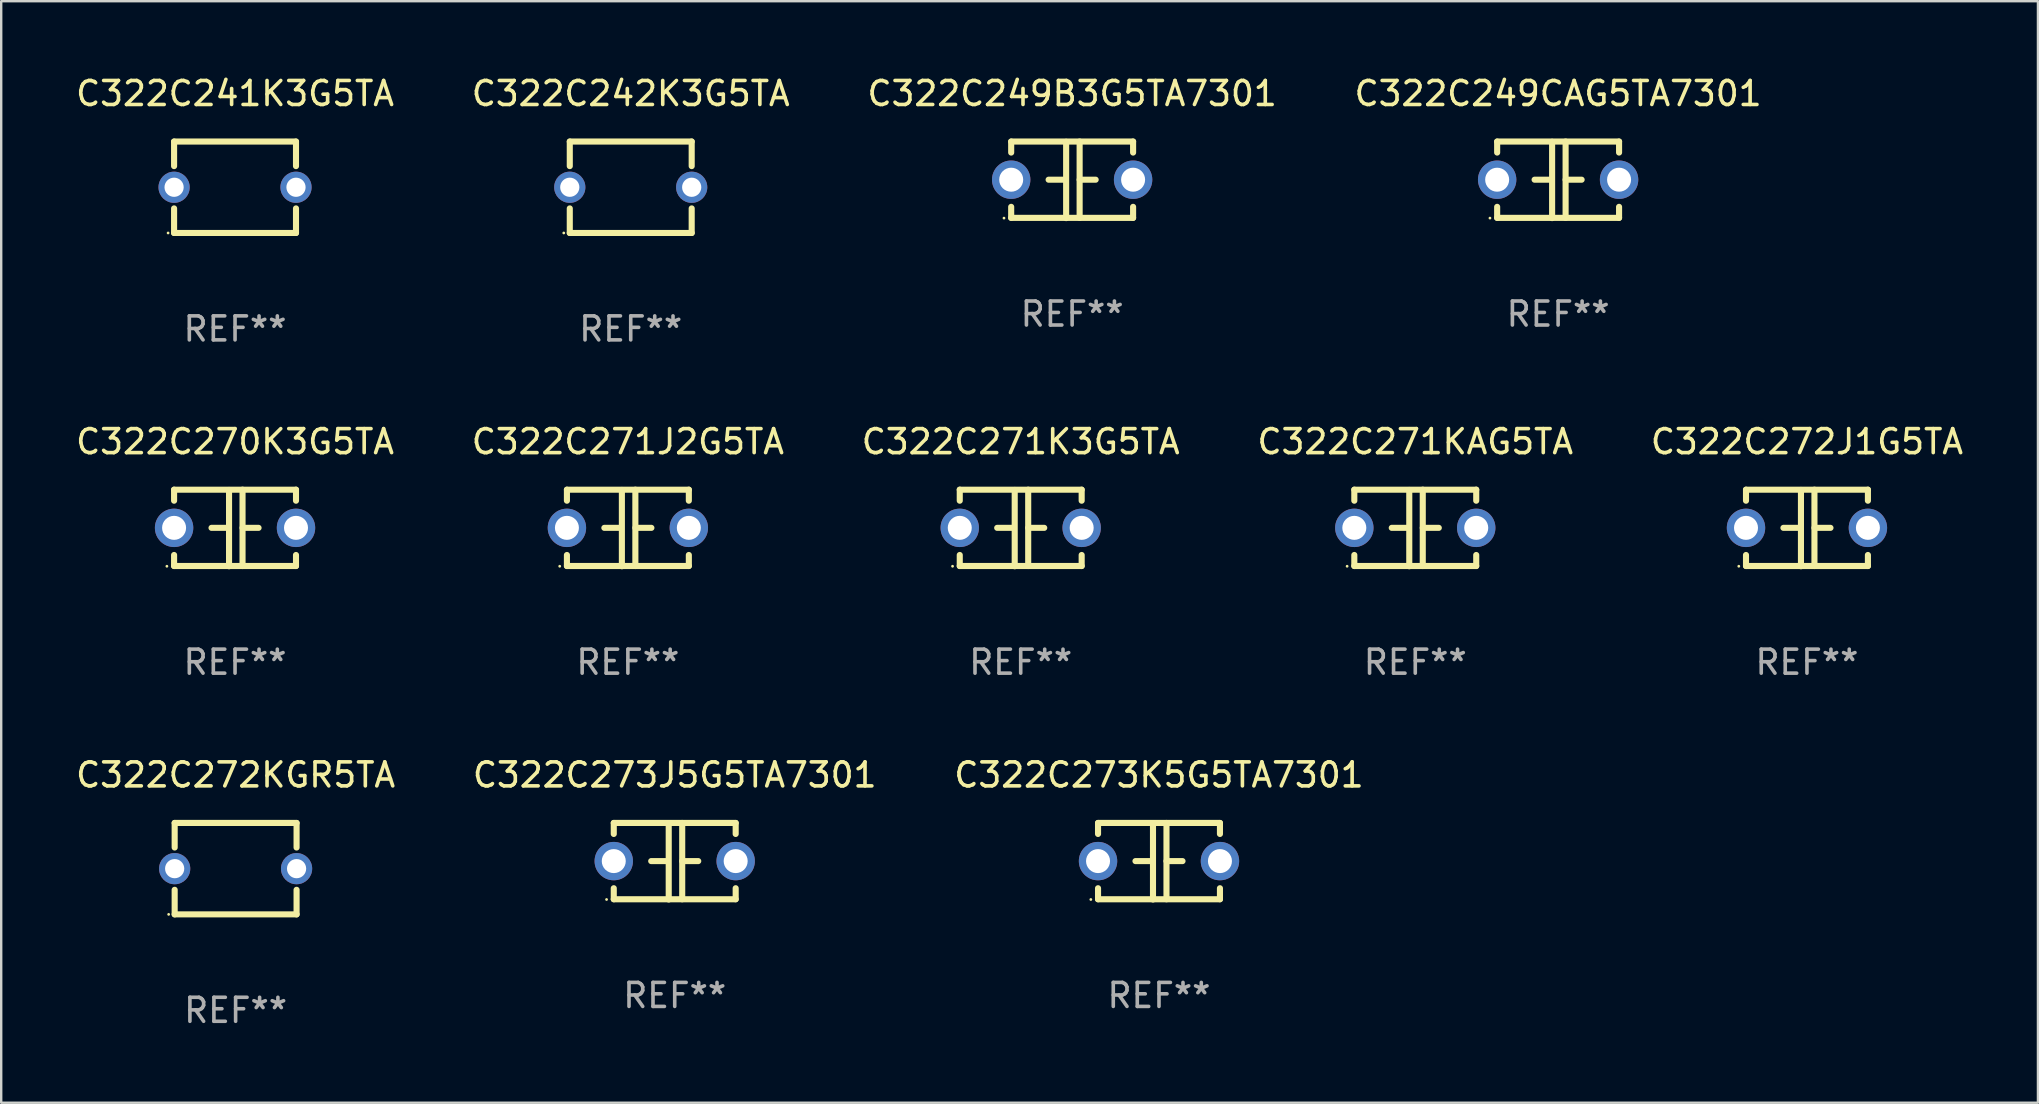
<source format=kicad_pcb>
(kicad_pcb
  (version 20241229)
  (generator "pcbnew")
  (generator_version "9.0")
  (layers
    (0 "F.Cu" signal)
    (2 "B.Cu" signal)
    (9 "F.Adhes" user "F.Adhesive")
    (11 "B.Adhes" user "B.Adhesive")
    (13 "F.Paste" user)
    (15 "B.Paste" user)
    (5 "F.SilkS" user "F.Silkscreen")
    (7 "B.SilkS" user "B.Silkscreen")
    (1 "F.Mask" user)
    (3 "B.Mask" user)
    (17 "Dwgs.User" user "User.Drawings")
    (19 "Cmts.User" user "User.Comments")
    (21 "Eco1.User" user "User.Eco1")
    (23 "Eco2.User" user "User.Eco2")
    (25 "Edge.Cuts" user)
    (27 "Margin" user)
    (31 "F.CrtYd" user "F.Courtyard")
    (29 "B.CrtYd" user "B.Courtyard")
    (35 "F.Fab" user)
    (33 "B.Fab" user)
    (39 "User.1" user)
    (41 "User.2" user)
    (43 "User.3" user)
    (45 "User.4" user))
  (footprint "C322C273K5G5TA7301"
    (layer "F.Cu")
    (at 45.244 32.836)
    (property "Reference" "C322C273K5G5TA7301" (at 0 -3.595 0) (layer "F.SilkS") (effects (font (size 1 1) (thickness 0.15))))
    (attr through_hole)
    (fp_line (start -2.54 -1.595) (end -2.54 -1.136) (stroke (width 0.254) (type solid)) (layer "F.SilkS"))
    (fp_line (start -2.54 -1.595) (end 2.54 -1.595) (stroke (width 0.254) (type solid)) (layer "F.SilkS"))
    (fp_line (start -2.54 1.126) (end -2.54 1.585) (stroke (width 0.254) (type solid)) (layer "F.SilkS"))
    (fp_line (start -0.312 -0.005) (end -0.98 -0.005) (stroke (width 0.254) (type solid)) (layer "F.SilkS"))
    (fp_line (start -0.25 -1.585) (end -0.25 1.595) (stroke (width 0.254) (type solid)) (layer "F.SilkS"))
    (fp_line (start 0.312 -1.595) (end 0.312 1.585) (stroke (width 0.254) (type solid)) (layer "F.SilkS"))
    (fp_line (start 0.312 -0.005) (end 0.98 -0.005) (stroke (width 0.254) (type solid)) (layer "F.SilkS"))
    (fp_line (start 2.54 -1.595) (end 2.54 -1.136) (stroke (width 0.254) (type solid)) (layer "F.SilkS"))
    (fp_line (start 2.54 1.126) (end 2.54 1.585) (stroke (width 0.254) (type solid)) (layer "F.SilkS"))
    (fp_line (start 2.54 1.585) (end -2.54 1.585) (stroke (width 0.254) (type solid)) (layer "F.SilkS"))
    (fp_circle (center -2.84 1.595) (end -2.81 1.595) (stroke (width 0.06) (type solid)) (fill no) (layer "F.SilkS"))
    (fp_text user "REF**" (at 0 5.595 0) (layer "F.Fab") (effects (font (size 1 1) (thickness 0.15))))
    (pad "1" thru_hole circle (at -2.54 -0.005) (size 1.6 1.6) (drill 1) (layers "*.Cu" "*.Mask"))
    (pad "2" thru_hole circle (at 2.54 -0.005) (size 1.6 1.6) (drill 1) (layers "*.Cu" "*.Mask")))
  (footprint "C322C271J2G5TA"
    (layer "F.Cu")
    (at 23.113 18.95)
    (property "Reference" "C322C271J2G5TA" (at 0 -3.595 0) (layer "F.SilkS") (effects (font (size 1 1) (thickness 0.15))))
    (attr through_hole)
    (fp_line (start -2.54 -1.595) (end -2.54 -1.136) (stroke (width 0.254) (type solid)) (layer "F.SilkS"))
    (fp_line (start -2.54 -1.595) (end 2.54 -1.595) (stroke (width 0.254) (type solid)) (layer "F.SilkS"))
    (fp_line (start -2.54 1.126) (end -2.54 1.585) (stroke (width 0.254) (type solid)) (layer "F.SilkS"))
    (fp_line (start -0.312 -0.005) (end -0.98 -0.005) (stroke (width 0.254) (type solid)) (layer "F.SilkS"))
    (fp_line (start -0.25 -1.585) (end -0.25 1.595) (stroke (width 0.254) (type solid)) (layer "F.SilkS"))
    (fp_line (start 0.312 -1.595) (end 0.312 1.585) (stroke (width 0.254) (type solid)) (layer "F.SilkS"))
    (fp_line (start 0.312 -0.005) (end 0.98 -0.005) (stroke (width 0.254) (type solid)) (layer "F.SilkS"))
    (fp_line (start 2.54 -1.595) (end 2.54 -1.136) (stroke (width 0.254) (type solid)) (layer "F.SilkS"))
    (fp_line (start 2.54 1.126) (end 2.54 1.585) (stroke (width 0.254) (type solid)) (layer "F.SilkS"))
    (fp_line (start 2.54 1.585) (end -2.54 1.585) (stroke (width 0.254) (type solid)) (layer "F.SilkS"))
    (fp_circle (center -2.84 1.595) (end -2.81 1.595) (stroke (width 0.06) (type solid)) (fill no) (layer "F.SilkS"))
    (fp_text user "REF**" (at 0 5.595 0) (layer "F.Fab") (effects (font (size 1 1) (thickness 0.15))))
    (pad "1" thru_hole circle (at -2.54 -0.005) (size 1.6 1.6) (drill 1) (layers "*.Cu" "*.Mask"))
    (pad "2" thru_hole circle (at 2.54 -0.005) (size 1.6 1.6) (drill 1) (layers "*.Cu" "*.Mask")))
  (footprint "C322C241K3G5TA"
    (layer "F.Cu")
    (at 6.744 4.753)
    (property "Reference" "C322C241K3G5TA" (at 0 -3.905 0) (layer "F.SilkS") (effects (font (size 1 1) (thickness 0.15))))
    (attr through_hole)
    (fp_line (start -2.54 -1.905) (end -2.54 -0.881) (stroke (width 0.254) (type solid)) (layer "F.SilkS"))
    (fp_line (start -2.54 0.881) (end -2.54 1.905) (stroke (width 0.254) (type solid)) (layer "F.SilkS"))
    (fp_line (start -2.54 1.905) (end 2.54 1.905) (stroke (width 0.254) (type solid)) (layer "F.SilkS"))
    (fp_line (start 2.54 -1.905) (end -2.54 -1.905) (stroke (width 0.254) (type solid)) (layer "F.SilkS"))
    (fp_line (start 2.54 -0.881) (end 2.54 -1.905) (stroke (width 0.254) (type solid)) (layer "F.SilkS"))
    (fp_line (start 2.54 1.905) (end 2.54 0.881) (stroke (width 0.254) (type solid)) (layer "F.SilkS"))
    (fp_circle (center -2.79 1.905) (end -2.76 1.905) (stroke (width 0.06) (type solid)) (fill no) (layer "F.SilkS"))
    (fp_text user "REF**" (at 0 5.905 0) (layer "F.Fab") (effects (font (size 1 1) (thickness 0.15))))
    (pad "1" thru_hole circle (at -2.54 0) (size 1.3 1.3) (drill 0.8) (layers "*.Cu" "*.Mask"))
    (pad "2" thru_hole circle (at 2.54 0) (size 1.3 1.3) (drill 0.8) (layers "*.Cu" "*.Mask")))
  (footprint "C322C249CAG5TA7301"
    (layer "F.Cu")
    (at 61.875 4.443)
    (property "Reference" "C322C249CAG5TA7301" (at 0 -3.595 0) (layer "F.SilkS") (effects (font (size 1 1) (thickness 0.15))))
    (attr through_hole)
    (fp_line (start -2.54 -1.595) (end -2.54 -1.136) (stroke (width 0.254) (type solid)) (layer "F.SilkS"))
    (fp_line (start -2.54 -1.595) (end 2.54 -1.595) (stroke (width 0.254) (type solid)) (layer "F.SilkS"))
    (fp_line (start -2.54 1.126) (end -2.54 1.585) (stroke (width 0.254) (type solid)) (layer "F.SilkS"))
    (fp_line (start -0.312 -0.005) (end -0.98 -0.005) (stroke (width 0.254) (type solid)) (layer "F.SilkS"))
    (fp_line (start -0.25 -1.585) (end -0.25 1.595) (stroke (width 0.254) (type solid)) (layer "F.SilkS"))
    (fp_line (start 0.312 -1.595) (end 0.312 1.585) (stroke (width 0.254) (type solid)) (layer "F.SilkS"))
    (fp_line (start 0.312 -0.005) (end 0.98 -0.005) (stroke (width 0.254) (type solid)) (layer "F.SilkS"))
    (fp_line (start 2.54 -1.595) (end 2.54 -1.136) (stroke (width 0.254) (type solid)) (layer "F.SilkS"))
    (fp_line (start 2.54 1.126) (end 2.54 1.585) (stroke (width 0.254) (type solid)) (layer "F.SilkS"))
    (fp_line (start 2.54 1.585) (end -2.54 1.585) (stroke (width 0.254) (type solid)) (layer "F.SilkS"))
    (fp_circle (center -2.84 1.595) (end -2.81 1.595) (stroke (width 0.06) (type solid)) (fill no) (layer "F.SilkS"))
    (fp_text user "REF**" (at 0 5.595 0) (layer "F.Fab") (effects (font (size 1 1) (thickness 0.15))))
    (pad "1" thru_hole circle (at -2.54 -0.005) (size 1.6 1.6) (drill 1) (layers "*.Cu" "*.Mask"))
    (pad "2" thru_hole circle (at 2.54 -0.005) (size 1.6 1.6) (drill 1) (layers "*.Cu" "*.Mask")))
  (footprint "C322C249B3G5TA7301"
    (layer "F.Cu")
    (at 41.625 4.443)
    (property "Reference" "C322C249B3G5TA7301" (at 0 -3.595 0) (layer "F.SilkS") (effects (font (size 1 1) (thickness 0.15))))
    (attr through_hole)
    (fp_line (start -2.54 -1.595) (end -2.54 -1.136) (stroke (width 0.254) (type solid)) (layer "F.SilkS"))
    (fp_line (start -2.54 -1.595) (end 2.54 -1.595) (stroke (width 0.254) (type solid)) (layer "F.SilkS"))
    (fp_line (start -2.54 1.126) (end -2.54 1.585) (stroke (width 0.254) (type solid)) (layer "F.SilkS"))
    (fp_line (start -0.312 -0.005) (end -0.98 -0.005) (stroke (width 0.254) (type solid)) (layer "F.SilkS"))
    (fp_line (start -0.25 -1.585) (end -0.25 1.595) (stroke (width 0.254) (type solid)) (layer "F.SilkS"))
    (fp_line (start 0.312 -1.595) (end 0.312 1.585) (stroke (width 0.254) (type solid)) (layer "F.SilkS"))
    (fp_line (start 0.312 -0.005) (end 0.98 -0.005) (stroke (width 0.254) (type solid)) (layer "F.SilkS"))
    (fp_line (start 2.54 -1.595) (end 2.54 -1.136) (stroke (width 0.254) (type solid)) (layer "F.SilkS"))
    (fp_line (start 2.54 1.126) (end 2.54 1.585) (stroke (width 0.254) (type solid)) (layer "F.SilkS"))
    (fp_line (start 2.54 1.585) (end -2.54 1.585) (stroke (width 0.254) (type solid)) (layer "F.SilkS"))
    (fp_circle (center -2.84 1.595) (end -2.81 1.595) (stroke (width 0.06) (type solid)) (fill no) (layer "F.SilkS"))
    (fp_text user "REF**" (at 0 5.595 0) (layer "F.Fab") (effects (font (size 1 1) (thickness 0.15))))
    (pad "1" thru_hole circle (at -2.54 -0.005) (size 1.6 1.6) (drill 1) (layers "*.Cu" "*.Mask"))
    (pad "2" thru_hole circle (at 2.54 -0.005) (size 1.6 1.6) (drill 1) (layers "*.Cu" "*.Mask")))
  (footprint "C322C242K3G5TA"
    (layer "F.Cu")
    (at 23.232 4.753)
    (property "Reference" "C322C242K3G5TA" (at 0 -3.905 0) (layer "F.SilkS") (effects (font (size 1 1) (thickness 0.15))))
    (attr through_hole)
    (fp_line (start -2.54 -1.905) (end -2.54 -0.881) (stroke (width 0.254) (type solid)) (layer "F.SilkS"))
    (fp_line (start -2.54 0.881) (end -2.54 1.905) (stroke (width 0.254) (type solid)) (layer "F.SilkS"))
    (fp_line (start -2.54 1.905) (end 2.54 1.905) (stroke (width 0.254) (type solid)) (layer "F.SilkS"))
    (fp_line (start 2.54 -1.905) (end -2.54 -1.905) (stroke (width 0.254) (type solid)) (layer "F.SilkS"))
    (fp_line (start 2.54 -0.881) (end 2.54 -1.905) (stroke (width 0.254) (type solid)) (layer "F.SilkS"))
    (fp_line (start 2.54 1.905) (end 2.54 0.881) (stroke (width 0.254) (type solid)) (layer "F.SilkS"))
    (fp_circle (center -2.79 1.905) (end -2.76 1.905) (stroke (width 0.06) (type solid)) (fill no) (layer "F.SilkS"))
    (fp_text user "REF**" (at 0 5.905 0) (layer "F.Fab") (effects (font (size 1 1) (thickness 0.15))))
    (pad "1" thru_hole circle (at -2.54 0) (size 1.3 1.3) (drill 0.8) (layers "*.Cu" "*.Mask"))
    (pad "2" thru_hole circle (at 2.54 0) (size 1.3 1.3) (drill 0.8) (layers "*.Cu" "*.Mask")))
  (footprint "C322C273J5G5TA7301"
    (layer "F.Cu")
    (at 25.065 32.836)
    (property "Reference" "C322C273J5G5TA7301" (at 0 -3.595 0) (layer "F.SilkS") (effects (font (size 1 1) (thickness 0.15))))
    (attr through_hole)
    (fp_line (start -2.54 -1.595) (end -2.54 -1.136) (stroke (width 0.254) (type solid)) (layer "F.SilkS"))
    (fp_line (start -2.54 -1.595) (end 2.54 -1.595) (stroke (width 0.254) (type solid)) (layer "F.SilkS"))
    (fp_line (start -2.54 1.126) (end -2.54 1.585) (stroke (width 0.254) (type solid)) (layer "F.SilkS"))
    (fp_line (start -0.312 -0.005) (end -0.98 -0.005) (stroke (width 0.254) (type solid)) (layer "F.SilkS"))
    (fp_line (start -0.25 -1.585) (end -0.25 1.595) (stroke (width 0.254) (type solid)) (layer "F.SilkS"))
    (fp_line (start 0.312 -1.595) (end 0.312 1.585) (stroke (width 0.254) (type solid)) (layer "F.SilkS"))
    (fp_line (start 0.312 -0.005) (end 0.98 -0.005) (stroke (width 0.254) (type solid)) (layer "F.SilkS"))
    (fp_line (start 2.54 -1.595) (end 2.54 -1.136) (stroke (width 0.254) (type solid)) (layer "F.SilkS"))
    (fp_line (start 2.54 1.126) (end 2.54 1.585) (stroke (width 0.254) (type solid)) (layer "F.SilkS"))
    (fp_line (start 2.54 1.585) (end -2.54 1.585) (stroke (width 0.254) (type solid)) (layer "F.SilkS"))
    (fp_circle (center -2.84 1.595) (end -2.81 1.595) (stroke (width 0.06) (type solid)) (fill no) (layer "F.SilkS"))
    (fp_text user "REF**" (at 0 5.595 0) (layer "F.Fab") (effects (font (size 1 1) (thickness 0.15))))
    (pad "1" thru_hole circle (at -2.54 -0.005) (size 1.6 1.6) (drill 1) (layers "*.Cu" "*.Mask"))
    (pad "2" thru_hole circle (at 2.54 -0.005) (size 1.6 1.6) (drill 1) (layers "*.Cu" "*.Mask")))
  (footprint "C322C271KAG5TA"
    (layer "F.Cu")
    (at 55.923 18.95)
    (property "Reference" "C322C271KAG5TA" (at 0 -3.595 0) (layer "F.SilkS") (effects (font (size 1 1) (thickness 0.15))))
    (attr through_hole)
    (fp_line (start -2.54 -1.595) (end -2.54 -1.136) (stroke (width 0.254) (type solid)) (layer "F.SilkS"))
    (fp_line (start -2.54 -1.595) (end 2.54 -1.595) (stroke (width 0.254) (type solid)) (layer "F.SilkS"))
    (fp_line (start -2.54 1.126) (end -2.54 1.585) (stroke (width 0.254) (type solid)) (layer "F.SilkS"))
    (fp_line (start -0.312 -0.005) (end -0.98 -0.005) (stroke (width 0.254) (type solid)) (layer "F.SilkS"))
    (fp_line (start -0.25 -1.585) (end -0.25 1.595) (stroke (width 0.254) (type solid)) (layer "F.SilkS"))
    (fp_line (start 0.312 -1.595) (end 0.312 1.585) (stroke (width 0.254) (type solid)) (layer "F.SilkS"))
    (fp_line (start 0.312 -0.005) (end 0.98 -0.005) (stroke (width 0.254) (type solid)) (layer "F.SilkS"))
    (fp_line (start 2.54 -1.595) (end 2.54 -1.136) (stroke (width 0.254) (type solid)) (layer "F.SilkS"))
    (fp_line (start 2.54 1.126) (end 2.54 1.585) (stroke (width 0.254) (type solid)) (layer "F.SilkS"))
    (fp_line (start 2.54 1.585) (end -2.54 1.585) (stroke (width 0.254) (type solid)) (layer "F.SilkS"))
    (fp_circle (center -2.84 1.595) (end -2.81 1.595) (stroke (width 0.06) (type solid)) (fill no) (layer "F.SilkS"))
    (fp_text user "REF**" (at 0 5.595 0) (layer "F.Fab") (effects (font (size 1 1) (thickness 0.15))))
    (pad "1" thru_hole circle (at -2.54 -0.005) (size 1.6 1.6) (drill 1) (layers "*.Cu" "*.Mask"))
    (pad "2" thru_hole circle (at 2.54 -0.005) (size 1.6 1.6) (drill 1) (layers "*.Cu" "*.Mask")))
  (footprint "C322C271K3G5TA"
    (layer "F.Cu")
    (at 39.482 18.95)
    (property "Reference" "C322C271K3G5TA" (at 0 -3.595 0) (layer "F.SilkS") (effects (font (size 1 1) (thickness 0.15))))
    (attr through_hole)
    (fp_line (start -2.54 -1.595) (end -2.54 -1.136) (stroke (width 0.254) (type solid)) (layer "F.SilkS"))
    (fp_line (start -2.54 -1.595) (end 2.54 -1.595) (stroke (width 0.254) (type solid)) (layer "F.SilkS"))
    (fp_line (start -2.54 1.126) (end -2.54 1.585) (stroke (width 0.254) (type solid)) (layer "F.SilkS"))
    (fp_line (start -0.312 -0.005) (end -0.98 -0.005) (stroke (width 0.254) (type solid)) (layer "F.SilkS"))
    (fp_line (start -0.25 -1.585) (end -0.25 1.595) (stroke (width 0.254) (type solid)) (layer "F.SilkS"))
    (fp_line (start 0.312 -1.595) (end 0.312 1.585) (stroke (width 0.254) (type solid)) (layer "F.SilkS"))
    (fp_line (start 0.312 -0.005) (end 0.98 -0.005) (stroke (width 0.254) (type solid)) (layer "F.SilkS"))
    (fp_line (start 2.54 -1.595) (end 2.54 -1.136) (stroke (width 0.254) (type solid)) (layer "F.SilkS"))
    (fp_line (start 2.54 1.126) (end 2.54 1.585) (stroke (width 0.254) (type solid)) (layer "F.SilkS"))
    (fp_line (start 2.54 1.585) (end -2.54 1.585) (stroke (width 0.254) (type solid)) (layer "F.SilkS"))
    (fp_circle (center -2.84 1.595) (end -2.81 1.595) (stroke (width 0.06) (type solid)) (fill no) (layer "F.SilkS"))
    (fp_text user "REF**" (at 0 5.595 0) (layer "F.Fab") (effects (font (size 1 1) (thickness 0.15))))
    (pad "1" thru_hole circle (at -2.54 -0.005) (size 1.6 1.6) (drill 1) (layers "*.Cu" "*.Mask"))
    (pad "2" thru_hole circle (at 2.54 -0.005) (size 1.6 1.6) (drill 1) (layers "*.Cu" "*.Mask")))
  (footprint "C322C272J1G5TA"
    (layer "F.Cu")
    (at 72.244 18.95)
    (property "Reference" "C322C272J1G5TA" (at 0 -3.595 0) (layer "F.SilkS") (effects (font (size 1 1) (thickness 0.15))))
    (attr through_hole)
    (fp_line (start -2.54 -1.595) (end -2.54 -1.136) (stroke (width 0.254) (type solid)) (layer "F.SilkS"))
    (fp_line (start -2.54 -1.595) (end 2.54 -1.595) (stroke (width 0.254) (type solid)) (layer "F.SilkS"))
    (fp_line (start -2.54 1.126) (end -2.54 1.585) (stroke (width 0.254) (type solid)) (layer "F.SilkS"))
    (fp_line (start -0.312 -0.005) (end -0.98 -0.005) (stroke (width 0.254) (type solid)) (layer "F.SilkS"))
    (fp_line (start -0.25 -1.585) (end -0.25 1.595) (stroke (width 0.254) (type solid)) (layer "F.SilkS"))
    (fp_line (start 0.312 -1.595) (end 0.312 1.585) (stroke (width 0.254) (type solid)) (layer "F.SilkS"))
    (fp_line (start 0.312 -0.005) (end 0.98 -0.005) (stroke (width 0.254) (type solid)) (layer "F.SilkS"))
    (fp_line (start 2.54 -1.595) (end 2.54 -1.136) (stroke (width 0.254) (type solid)) (layer "F.SilkS"))
    (fp_line (start 2.54 1.126) (end 2.54 1.585) (stroke (width 0.254) (type solid)) (layer "F.SilkS"))
    (fp_line (start 2.54 1.585) (end -2.54 1.585) (stroke (width 0.254) (type solid)) (layer "F.SilkS"))
    (fp_circle (center -2.84 1.595) (end -2.81 1.595) (stroke (width 0.06) (type solid)) (fill no) (layer "F.SilkS"))
    (fp_text user "REF**" (at 0 5.595 0) (layer "F.Fab") (effects (font (size 1 1) (thickness 0.15))))
    (pad "1" thru_hole circle (at -2.54 -0.005) (size 1.6 1.6) (drill 1) (layers "*.Cu" "*.Mask"))
    (pad "2" thru_hole circle (at 2.54 -0.005) (size 1.6 1.6) (drill 1) (layers "*.Cu" "*.Mask")))
  (footprint "C322C272KGR5TA"
    (layer "F.Cu")
    (at 6.768 33.146)
    (property "Reference" "C322C272KGR5TA" (at 0 -3.905 0) (layer "F.SilkS") (effects (font (size 1 1) (thickness 0.15))))
    (attr through_hole)
    (fp_line (start -2.54 -1.905) (end -2.54 -0.881) (stroke (width 0.254) (type solid)) (layer "F.SilkS"))
    (fp_line (start -2.54 0.881) (end -2.54 1.905) (stroke (width 0.254) (type solid)) (layer "F.SilkS"))
    (fp_line (start -2.54 1.905) (end 2.54 1.905) (stroke (width 0.254) (type solid)) (layer "F.SilkS"))
    (fp_line (start 2.54 -1.905) (end -2.54 -1.905) (stroke (width 0.254) (type solid)) (layer "F.SilkS"))
    (fp_line (start 2.54 -0.881) (end 2.54 -1.905) (stroke (width 0.254) (type solid)) (layer "F.SilkS"))
    (fp_line (start 2.54 1.905) (end 2.54 0.881) (stroke (width 0.254) (type solid)) (layer "F.SilkS"))
    (fp_circle (center -2.79 1.905) (end -2.76 1.905) (stroke (width 0.06) (type solid)) (fill no) (layer "F.SilkS"))
    (fp_text user "REF**" (at 0 5.905 0) (layer "F.Fab") (effects (font (size 1 1) (thickness 0.15))))
    (pad "1" thru_hole circle (at -2.54 0) (size 1.3 1.3) (drill 0.8) (layers "*.Cu" "*.Mask"))
    (pad "2" thru_hole circle (at 2.54 0) (size 1.3 1.3) (drill 0.8) (layers "*.Cu" "*.Mask")))
  (footprint "C322C270K3G5TA"
    (layer "F.Cu")
    (at 6.744 18.95)
    (property "Reference" "C322C270K3G5TA" (at 0 -3.595 0) (layer "F.SilkS") (effects (font (size 1 1) (thickness 0.15))))
    (attr through_hole)
    (fp_line (start -2.54 -1.595) (end -2.54 -1.136) (stroke (width 0.254) (type solid)) (layer "F.SilkS"))
    (fp_line (start -2.54 -1.595) (end 2.54 -1.595) (stroke (width 0.254) (type solid)) (layer "F.SilkS"))
    (fp_line (start -2.54 1.126) (end -2.54 1.585) (stroke (width 0.254) (type solid)) (layer "F.SilkS"))
    (fp_line (start -0.312 -0.005) (end -0.98 -0.005) (stroke (width 0.254) (type solid)) (layer "F.SilkS"))
    (fp_line (start -0.25 -1.585) (end -0.25 1.595) (stroke (width 0.254) (type solid)) (layer "F.SilkS"))
    (fp_line (start 0.312 -1.595) (end 0.312 1.585) (stroke (width 0.254) (type solid)) (layer "F.SilkS"))
    (fp_line (start 0.312 -0.005) (end 0.98 -0.005) (stroke (width 0.254) (type solid)) (layer "F.SilkS"))
    (fp_line (start 2.54 -1.595) (end 2.54 -1.136) (stroke (width 0.254) (type solid)) (layer "F.SilkS"))
    (fp_line (start 2.54 1.126) (end 2.54 1.585) (stroke (width 0.254) (type solid)) (layer "F.SilkS"))
    (fp_line (start 2.54 1.585) (end -2.54 1.585) (stroke (width 0.254) (type solid)) (layer "F.SilkS"))
    (fp_circle (center -2.84 1.595) (end -2.81 1.595) (stroke (width 0.06) (type solid)) (fill no) (layer "F.SilkS"))
    (fp_text user "REF**" (at 0 5.595 0) (layer "F.Fab") (effects (font (size 1 1) (thickness 0.15))))
    (pad "1" thru_hole circle (at -2.54 -0.005) (size 1.6 1.6) (drill 1) (layers "*.Cu" "*.Mask"))
    (pad "2" thru_hole circle (at 2.54 -0.005) (size 1.6 1.6) (drill 1) (layers "*.Cu" "*.Mask")))
  (gr_rect
    (start -3 -3)
    (end 81.869 42.899)
    (stroke (width 0.1) (type default))
    (fill no)
    (layer "Edge.Cuts")))
</source>
